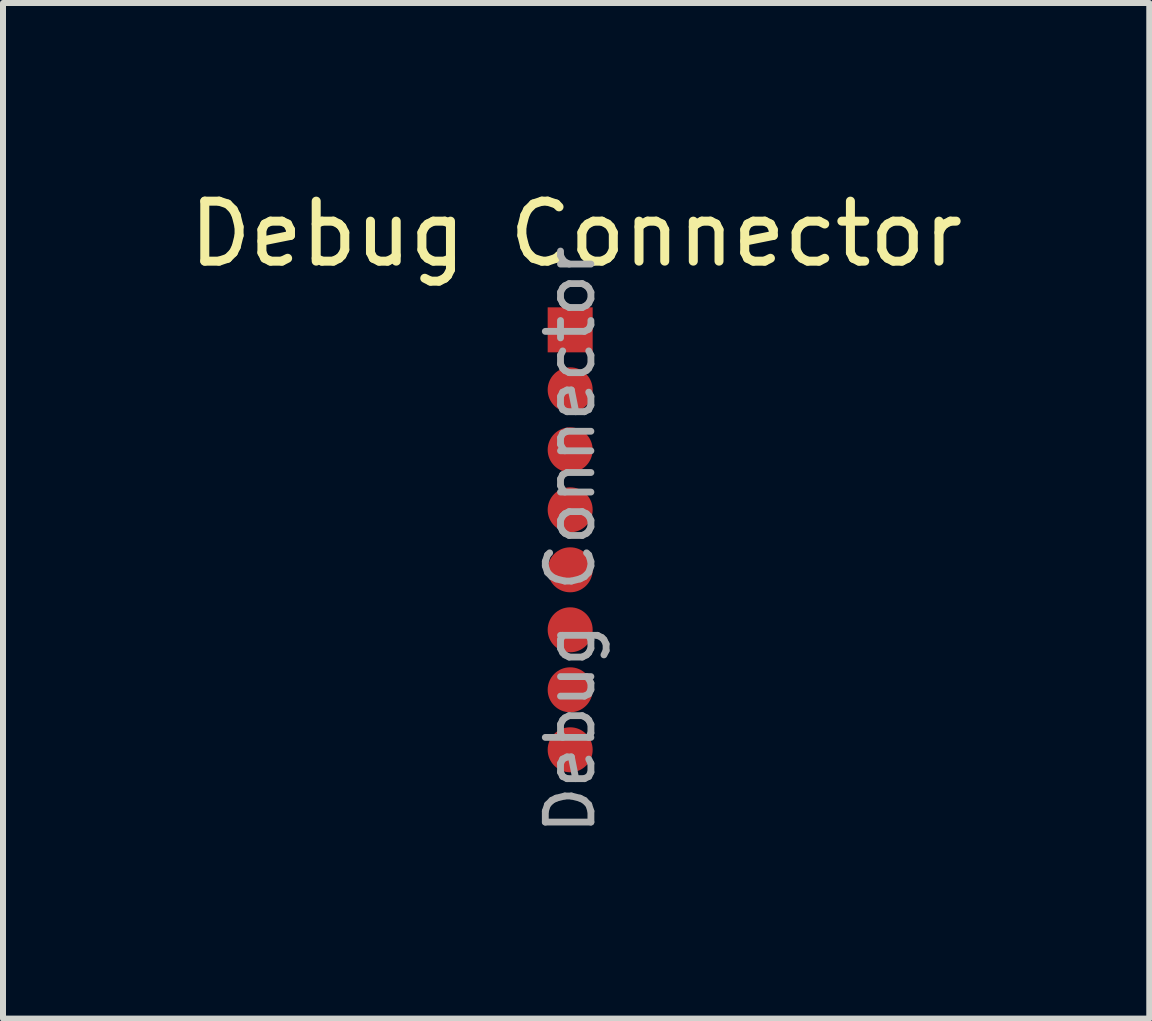
<source format=kicad_pcb>
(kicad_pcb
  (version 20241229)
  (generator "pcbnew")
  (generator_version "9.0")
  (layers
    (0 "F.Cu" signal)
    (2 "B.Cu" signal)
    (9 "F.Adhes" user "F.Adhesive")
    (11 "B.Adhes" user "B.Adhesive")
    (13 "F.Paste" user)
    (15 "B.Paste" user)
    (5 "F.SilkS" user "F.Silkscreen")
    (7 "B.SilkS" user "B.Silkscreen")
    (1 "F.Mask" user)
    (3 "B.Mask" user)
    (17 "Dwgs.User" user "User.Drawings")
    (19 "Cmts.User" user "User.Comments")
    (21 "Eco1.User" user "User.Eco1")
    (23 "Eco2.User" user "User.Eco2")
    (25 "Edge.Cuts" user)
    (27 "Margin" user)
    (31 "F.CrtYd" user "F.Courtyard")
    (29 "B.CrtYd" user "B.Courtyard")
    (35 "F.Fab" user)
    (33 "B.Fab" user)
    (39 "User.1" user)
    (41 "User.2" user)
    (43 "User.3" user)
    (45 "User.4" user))
  (footprint "Debug Connector"
    (layer "F.Cu")
    (at 6.454 2.448)
    (property "Reference" "Debug Connector" (at 0.1 -1.6 0) (layer "F.SilkS") (effects (font (size 1 1) (thickness 0.15))))
    (attr through_hole)
    (fp_text user "${REFERENCE}" (at 0 3.5 90) (layer "F.Fab") (effects (font (size 0.76 0.76) (thickness 0.114))))
    (pad "1" smd rect (at 0 0) (size 0.75 0.75) (layers "F.Cu" "F.Mask" "F.Paste"))
    (pad "2" smd oval (at 0 1) (size 0.75 0.75) (layers "F.Cu" "F.Mask" "F.Paste"))
    (pad "3" smd oval (at 0 2) (size 0.75 0.75) (layers "F.Cu" "F.Mask" "F.Paste"))
    (pad "4" smd oval (at 0 3) (size 0.75 0.75) (layers "F.Cu" "F.Mask" "F.Paste"))
    (pad "5" smd oval (at 0 4) (size 0.75 0.75) (layers "F.Cu" "F.Mask" "F.Paste"))
    (pad "6" smd oval (at 0 5) (size 0.75 0.75) (layers "F.Cu" "F.Mask" "F.Paste"))
    (pad "7" smd oval (at 0 6) (size 0.75 0.75) (layers "F.Cu" "F.Mask" "F.Paste"))
    (pad "8" smd oval (at 0 7) (size 0.75 0.75) (layers "F.Cu" "F.Mask" "F.Paste")))
  (gr_rect
    (start -3 -3)
    (end 16.107 13.929)
    (stroke (width 0.1) (type default))
    (fill no)
    (layer "Edge.Cuts")))
</source>
